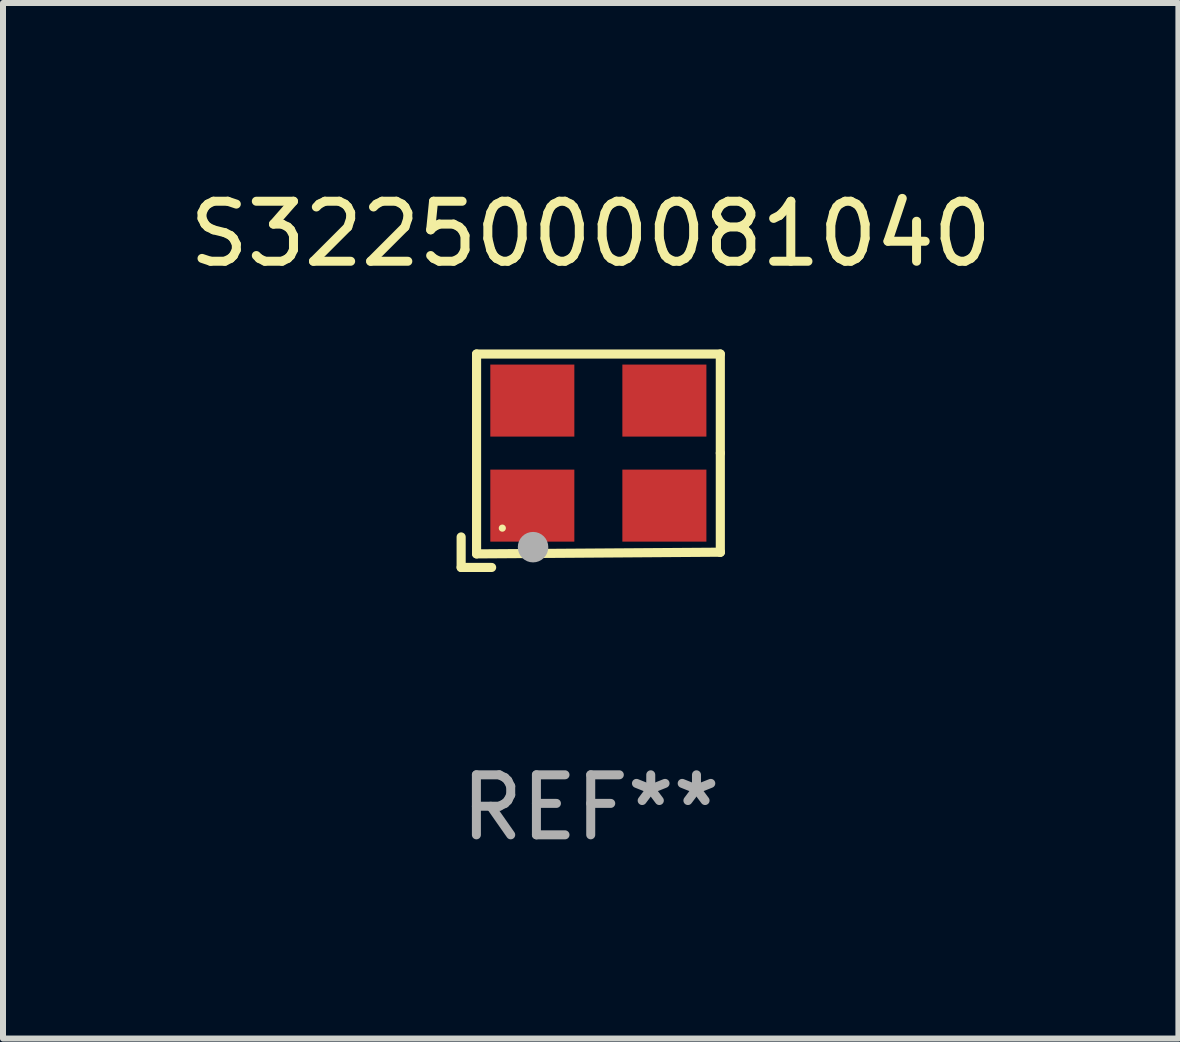
<source format=kicad_pcb>
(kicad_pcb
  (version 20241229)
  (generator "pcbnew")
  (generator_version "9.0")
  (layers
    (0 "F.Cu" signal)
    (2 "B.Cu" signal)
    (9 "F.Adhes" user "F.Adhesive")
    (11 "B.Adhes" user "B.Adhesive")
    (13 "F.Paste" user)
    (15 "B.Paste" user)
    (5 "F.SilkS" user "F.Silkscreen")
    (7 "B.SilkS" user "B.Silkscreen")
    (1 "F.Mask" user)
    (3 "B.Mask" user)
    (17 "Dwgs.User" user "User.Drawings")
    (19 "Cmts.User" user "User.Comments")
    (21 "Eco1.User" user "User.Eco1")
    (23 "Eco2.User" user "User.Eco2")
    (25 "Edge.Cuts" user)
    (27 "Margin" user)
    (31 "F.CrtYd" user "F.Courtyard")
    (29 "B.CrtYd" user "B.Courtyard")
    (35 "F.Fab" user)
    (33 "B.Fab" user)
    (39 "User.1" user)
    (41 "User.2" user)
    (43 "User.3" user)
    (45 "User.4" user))
  (footprint "S3225000081040"
    (layer "F.Cu")
    (at 6.792 4.626)
    (property "Reference" "S3225000081040" (at 0 -3.778 0) (layer "F.SilkS") (effects (font (size 1 1) (thickness 0.15))))
    (attr through_hole)
    (fp_line (start -2.159 1.27) (end -2.159 1.778) (stroke (width 0.152) (type solid)) (layer "F.SilkS"))
    (fp_line (start -2.159 1.778) (end -1.651 1.778) (stroke (width 0.152) (type solid)) (layer "F.SilkS"))
    (fp_line (start -1.902 -1.778) (end 2.159 -1.778) (stroke (width 0.152) (type solid)) (layer "F.SilkS"))
    (fp_line (start -1.902 1.552) (end -1.902 -1.778) (stroke (width 0.152) (type solid)) (layer "F.SilkS"))
    (fp_line (start 2.159 -1.778) (end 2.159 -0.127) (stroke (width 0.152) (type solid)) (layer "F.SilkS"))
    (fp_line (start 2.159 -0.127) (end 2.159 1.524) (stroke (width 0.152) (type solid)) (layer "F.SilkS"))
    (fp_line (start 2.159 1.524) (end -1.902 1.552) (stroke (width 0.152) (type solid)) (layer "F.SilkS"))
    (fp_line (start 2.159 1.524) (end 2.159 1.524) (stroke (width 0.152) (type solid)) (layer "F.SilkS"))
    (fp_circle (center -1.473 1.123) (end -1.443 1.123) (stroke (width 0.06) (type solid)) (fill no) (layer "F.SilkS"))
    (fp_circle (center -0.961 1.44) (end -0.834 1.44) (stroke (width 0.254) (type solid)) (fill no) (layer "F.Fab"))
    (fp_text user "REF**" (at 0 5.778 0) (layer "F.Fab") (effects (font (size 1 1) (thickness 0.15))))
    (pad "1" smd rect (at -0.973 0.748) (size 1.4 1.2) (layers "F.Cu" "F.Mask" "F.Paste"))
    (pad "2" smd rect (at 1.227 0.748) (size 1.4 1.2) (layers "F.Cu" "F.Mask" "F.Paste"))
    (pad "3" smd rect (at 1.227 -1.002) (size 1.4 1.2) (layers "F.Cu" "F.Mask" "F.Paste"))
    (pad "4" smd rect (at -0.973 -1.002) (size 1.4 1.2) (layers "F.Cu" "F.Mask" "F.Paste")))
  (gr_rect
    (start -3 -3)
    (end 16.583 14.253)
    (stroke (width 0.1) (type default))
    (fill no)
    (layer "Edge.Cuts")))
</source>
